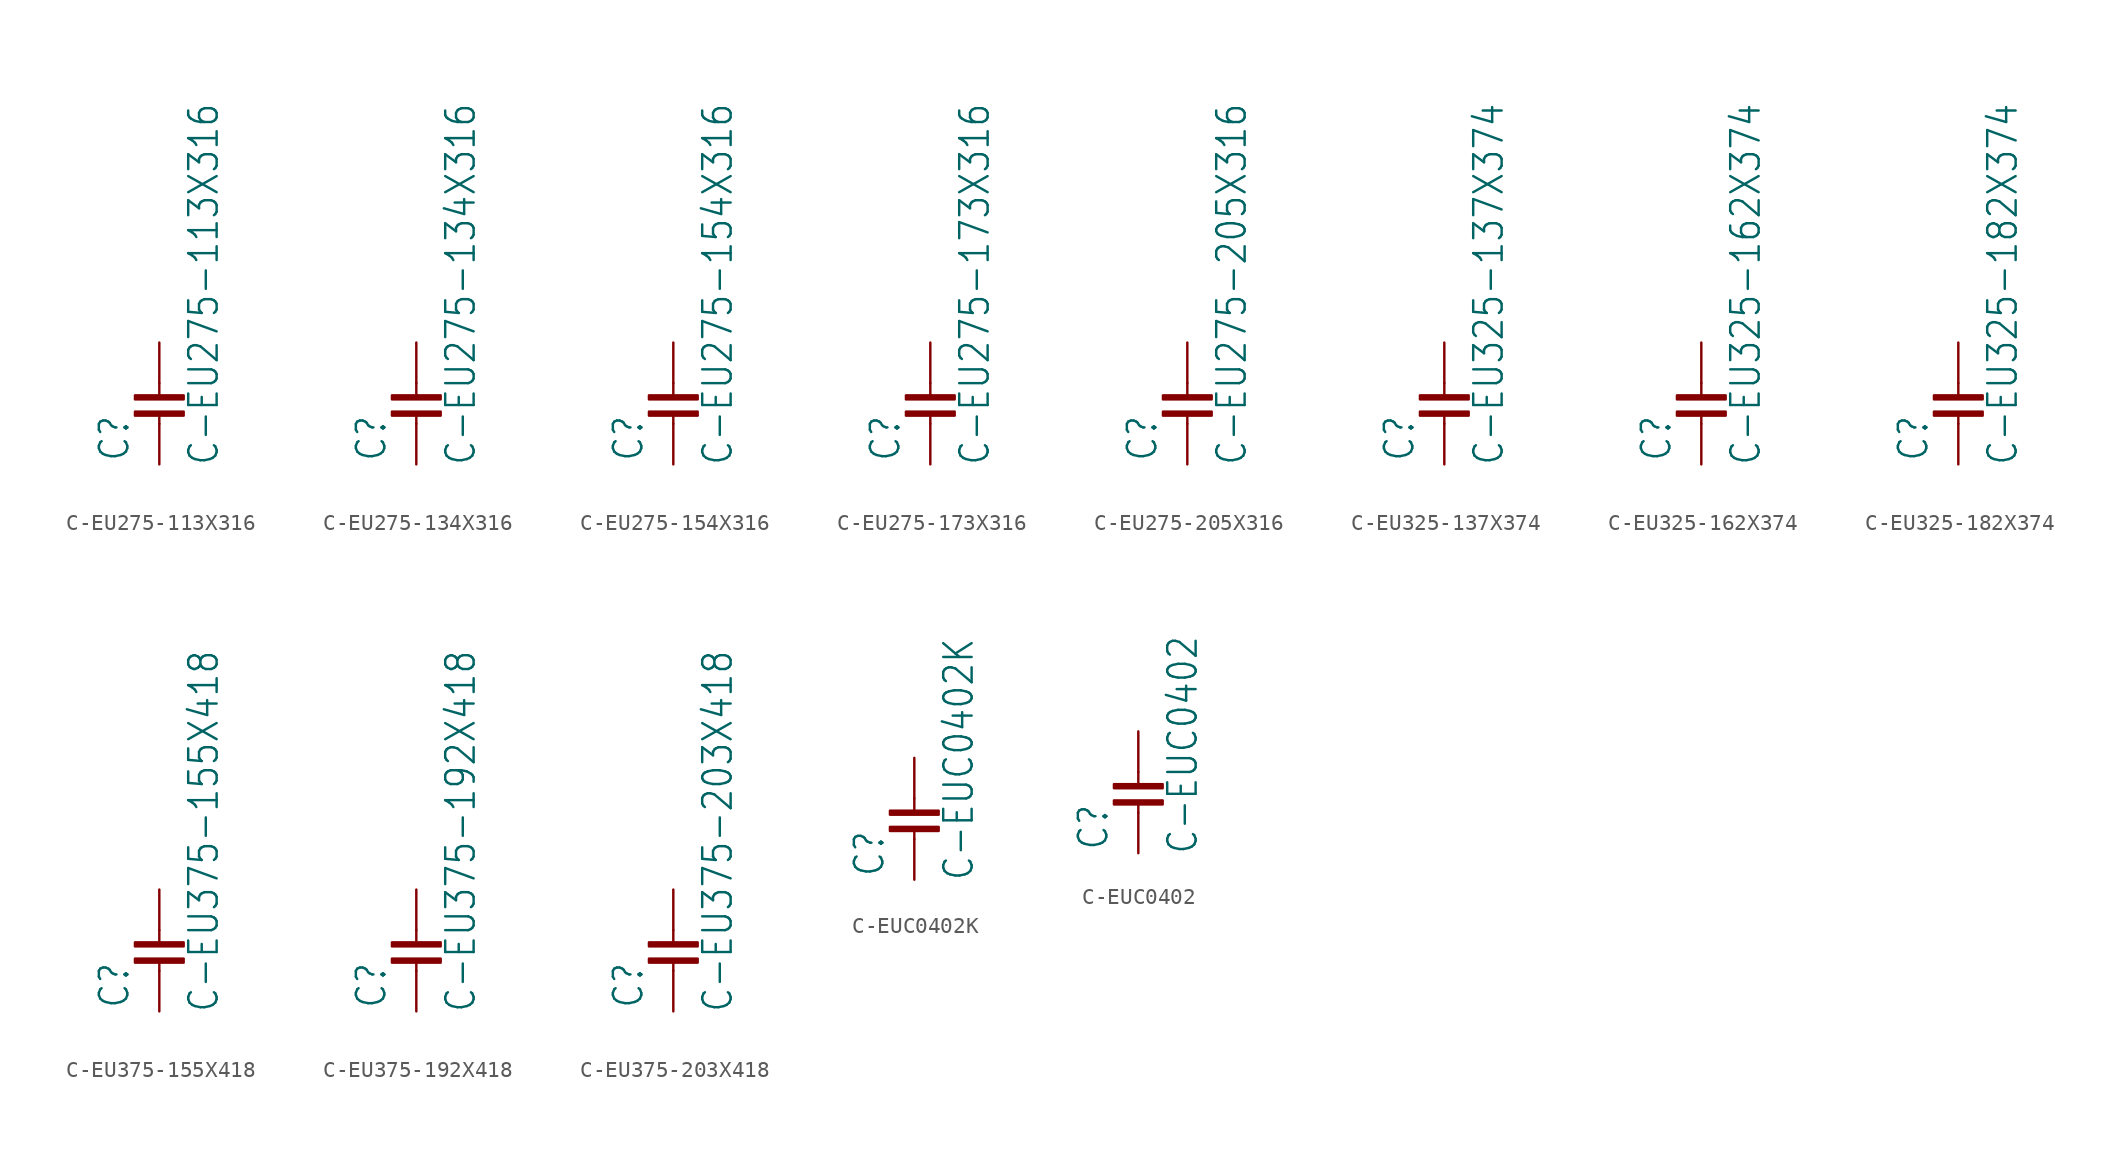
<source format=kicad_sym>
(kicad_symbol_lib
  (version 20211014)
  (generator kicad_symbol_editor)
  (symbol "C-EU275-113X316"
    (property "Reference" "C"
      (at -1.778 -4.953 90)
      (effects (font (size 1.778 1.511)) (justify left bottom)))
    (property "Value" "C-EU275-113X316"
      (at 3.81 -5.207 90)
      (effects (font (size 1.778 1.511)) (justify left bottom)))
    (property "ki_locked" ""
      (at 0 0 0)
      (effects (font (size 1.27 1.27))))
    (symbol "C-EU275-113X316_1_0"
      (rectangle (start -1.524 -2.032) (end 1.524 -1.778) (stroke (width 0) (type default) (color 0 0 0 0)) (fill (type outline)))
      (rectangle (start -1.524 -1.016) (end 1.524 -0.762) (stroke (width 0) (type default) (color 0 0 0 0)) (fill (type outline)))
      (polyline (pts (xy 0 -2.54) (xy 0 -2.032)) (stroke (width 0.152) (type default) (color 0 0 0 0)) (fill (type none)))
      (polyline (pts (xy 0 0) (xy 0 -0.762)) (stroke (width 0.152) (type default) (color 0 0 0 0)) (fill (type none)))
      (pin passive line (at 0 2.54 270) (length 2.54) (name "1" (effects (font (size 0 0)))) (number "1" (effects (font (size 0 0)))))
      (pin passive line (at 0 -5.08 90) (length 2.54) (name "2" (effects (font (size 0 0)))) (number "2" (effects (font (size 0 0)))))))
  (symbol "C-EU275-134X316"
    (property "Reference" "C"
      (at -1.778 -4.953 90)
      (effects (font (size 1.778 1.511)) (justify left bottom)))
    (property "Value" "C-EU275-134X316"
      (at 3.81 -5.207 90)
      (effects (font (size 1.778 1.511)) (justify left bottom)))
    (property "ki_locked" ""
      (at 0 0 0)
      (effects (font (size 1.27 1.27))))
    (symbol "C-EU275-134X316_1_0"
      (rectangle (start -1.524 -2.032) (end 1.524 -1.778) (stroke (width 0) (type default) (color 0 0 0 0)) (fill (type outline)))
      (rectangle (start -1.524 -1.016) (end 1.524 -0.762) (stroke (width 0) (type default) (color 0 0 0 0)) (fill (type outline)))
      (polyline (pts (xy 0 -2.54) (xy 0 -2.032)) (stroke (width 0.152) (type default) (color 0 0 0 0)) (fill (type none)))
      (polyline (pts (xy 0 0) (xy 0 -0.762)) (stroke (width 0.152) (type default) (color 0 0 0 0)) (fill (type none)))
      (pin passive line (at 0 2.54 270) (length 2.54) (name "1" (effects (font (size 0 0)))) (number "1" (effects (font (size 0 0)))))
      (pin passive line (at 0 -5.08 90) (length 2.54) (name "2" (effects (font (size 0 0)))) (number "2" (effects (font (size 0 0)))))))
  (symbol "C-EU275-154X316"
    (property "Reference" "C"
      (at -1.778 -4.953 90)
      (effects (font (size 1.778 1.511)) (justify left bottom)))
    (property "Value" "C-EU275-154X316"
      (at 3.81 -5.207 90)
      (effects (font (size 1.778 1.511)) (justify left bottom)))
    (property "ki_locked" ""
      (at 0 0 0)
      (effects (font (size 1.27 1.27))))
    (symbol "C-EU275-154X316_1_0"
      (rectangle (start -1.524 -2.032) (end 1.524 -1.778) (stroke (width 0) (type default) (color 0 0 0 0)) (fill (type outline)))
      (rectangle (start -1.524 -1.016) (end 1.524 -0.762) (stroke (width 0) (type default) (color 0 0 0 0)) (fill (type outline)))
      (polyline (pts (xy 0 -2.54) (xy 0 -2.032)) (stroke (width 0.152) (type default) (color 0 0 0 0)) (fill (type none)))
      (polyline (pts (xy 0 0) (xy 0 -0.762)) (stroke (width 0.152) (type default) (color 0 0 0 0)) (fill (type none)))
      (pin passive line (at 0 2.54 270) (length 2.54) (name "1" (effects (font (size 0 0)))) (number "1" (effects (font (size 0 0)))))
      (pin passive line (at 0 -5.08 90) (length 2.54) (name "2" (effects (font (size 0 0)))) (number "2" (effects (font (size 0 0)))))))
  (symbol "C-EU275-173X316"
    (property "Reference" "C"
      (at -1.778 -4.953 90)
      (effects (font (size 1.778 1.511)) (justify left bottom)))
    (property "Value" "C-EU275-173X316"
      (at 3.81 -5.207 90)
      (effects (font (size 1.778 1.511)) (justify left bottom)))
    (property "ki_locked" ""
      (at 0 0 0)
      (effects (font (size 1.27 1.27))))
    (symbol "C-EU275-173X316_1_0"
      (rectangle (start -1.524 -2.032) (end 1.524 -1.778) (stroke (width 0) (type default) (color 0 0 0 0)) (fill (type outline)))
      (rectangle (start -1.524 -1.016) (end 1.524 -0.762) (stroke (width 0) (type default) (color 0 0 0 0)) (fill (type outline)))
      (polyline (pts (xy 0 -2.54) (xy 0 -2.032)) (stroke (width 0.152) (type default) (color 0 0 0 0)) (fill (type none)))
      (polyline (pts (xy 0 0) (xy 0 -0.762)) (stroke (width 0.152) (type default) (color 0 0 0 0)) (fill (type none)))
      (pin passive line (at 0 2.54 270) (length 2.54) (name "1" (effects (font (size 0 0)))) (number "1" (effects (font (size 0 0)))))
      (pin passive line (at 0 -5.08 90) (length 2.54) (name "2" (effects (font (size 0 0)))) (number "2" (effects (font (size 0 0)))))))
  (symbol "C-EU275-205X316"
    (property "Reference" "C"
      (at -1.778 -4.953 90)
      (effects (font (size 1.778 1.511)) (justify left bottom)))
    (property "Value" "C-EU275-205X316"
      (at 3.81 -5.207 90)
      (effects (font (size 1.778 1.511)) (justify left bottom)))
    (property "ki_locked" ""
      (at 0 0 0)
      (effects (font (size 1.27 1.27))))
    (symbol "C-EU275-205X316_1_0"
      (rectangle (start -1.524 -2.032) (end 1.524 -1.778) (stroke (width 0) (type default) (color 0 0 0 0)) (fill (type outline)))
      (rectangle (start -1.524 -1.016) (end 1.524 -0.762) (stroke (width 0) (type default) (color 0 0 0 0)) (fill (type outline)))
      (polyline (pts (xy 0 -2.54) (xy 0 -2.032)) (stroke (width 0.152) (type default) (color 0 0 0 0)) (fill (type none)))
      (polyline (pts (xy 0 0) (xy 0 -0.762)) (stroke (width 0.152) (type default) (color 0 0 0 0)) (fill (type none)))
      (pin passive line (at 0 2.54 270) (length 2.54) (name "1" (effects (font (size 0 0)))) (number "1" (effects (font (size 0 0)))))
      (pin passive line (at 0 -5.08 90) (length 2.54) (name "2" (effects (font (size 0 0)))) (number "2" (effects (font (size 0 0)))))))
  (symbol "C-EU325-137X374"
    (property "Reference" "C"
      (at -1.778 -4.953 90)
      (effects (font (size 1.778 1.511)) (justify left bottom)))
    (property "Value" "C-EU325-137X374"
      (at 3.81 -5.207 90)
      (effects (font (size 1.778 1.511)) (justify left bottom)))
    (property "ki_locked" ""
      (at 0 0 0)
      (effects (font (size 1.27 1.27))))
    (symbol "C-EU325-137X374_1_0"
      (rectangle (start -1.524 -2.032) (end 1.524 -1.778) (stroke (width 0) (type default) (color 0 0 0 0)) (fill (type outline)))
      (rectangle (start -1.524 -1.016) (end 1.524 -0.762) (stroke (width 0) (type default) (color 0 0 0 0)) (fill (type outline)))
      (polyline (pts (xy 0 -2.54) (xy 0 -2.032)) (stroke (width 0.152) (type default) (color 0 0 0 0)) (fill (type none)))
      (polyline (pts (xy 0 0) (xy 0 -0.762)) (stroke (width 0.152) (type default) (color 0 0 0 0)) (fill (type none)))
      (pin passive line (at 0 2.54 270) (length 2.54) (name "1" (effects (font (size 0 0)))) (number "1" (effects (font (size 0 0)))))
      (pin passive line (at 0 -5.08 90) (length 2.54) (name "2" (effects (font (size 0 0)))) (number "2" (effects (font (size 0 0)))))))
  (symbol "C-EU325-162X374"
    (property "Reference" "C"
      (at -1.778 -4.953 90)
      (effects (font (size 1.778 1.511)) (justify left bottom)))
    (property "Value" "C-EU325-162X374"
      (at 3.81 -5.207 90)
      (effects (font (size 1.778 1.511)) (justify left bottom)))
    (property "ki_locked" ""
      (at 0 0 0)
      (effects (font (size 1.27 1.27))))
    (symbol "C-EU325-162X374_1_0"
      (rectangle (start -1.524 -2.032) (end 1.524 -1.778) (stroke (width 0) (type default) (color 0 0 0 0)) (fill (type outline)))
      (rectangle (start -1.524 -1.016) (end 1.524 -0.762) (stroke (width 0) (type default) (color 0 0 0 0)) (fill (type outline)))
      (polyline (pts (xy 0 -2.54) (xy 0 -2.032)) (stroke (width 0.152) (type default) (color 0 0 0 0)) (fill (type none)))
      (polyline (pts (xy 0 0) (xy 0 -0.762)) (stroke (width 0.152) (type default) (color 0 0 0 0)) (fill (type none)))
      (pin passive line (at 0 2.54 270) (length 2.54) (name "1" (effects (font (size 0 0)))) (number "1" (effects (font (size 0 0)))))
      (pin passive line (at 0 -5.08 90) (length 2.54) (name "2" (effects (font (size 0 0)))) (number "2" (effects (font (size 0 0)))))))
  (symbol "C-EU325-182X374"
    (property "Reference" "C"
      (at -1.778 -4.953 90)
      (effects (font (size 1.778 1.511)) (justify left bottom)))
    (property "Value" "C-EU325-182X374"
      (at 3.81 -5.207 90)
      (effects (font (size 1.778 1.511)) (justify left bottom)))
    (property "ki_locked" ""
      (at 0 0 0)
      (effects (font (size 1.27 1.27))))
    (symbol "C-EU325-182X374_1_0"
      (rectangle (start -1.524 -2.032) (end 1.524 -1.778) (stroke (width 0) (type default) (color 0 0 0 0)) (fill (type outline)))
      (rectangle (start -1.524 -1.016) (end 1.524 -0.762) (stroke (width 0) (type default) (color 0 0 0 0)) (fill (type outline)))
      (polyline (pts (xy 0 -2.54) (xy 0 -2.032)) (stroke (width 0.152) (type default) (color 0 0 0 0)) (fill (type none)))
      (polyline (pts (xy 0 0) (xy 0 -0.762)) (stroke (width 0.152) (type default) (color 0 0 0 0)) (fill (type none)))
      (pin passive line (at 0 2.54 270) (length 2.54) (name "1" (effects (font (size 0 0)))) (number "1" (effects (font (size 0 0)))))
      (pin passive line (at 0 -5.08 90) (length 2.54) (name "2" (effects (font (size 0 0)))) (number "2" (effects (font (size 0 0)))))))
  (symbol "C-EU375-155X418"
    (property "Reference" "C"
      (at -1.778 -4.953 90)
      (effects (font (size 1.778 1.511)) (justify left bottom)))
    (property "Value" "C-EU375-155X418"
      (at 3.81 -5.207 90)
      (effects (font (size 1.778 1.511)) (justify left bottom)))
    (property "ki_locked" ""
      (at 0 0 0)
      (effects (font (size 1.27 1.27))))
    (symbol "C-EU375-155X418_1_0"
      (rectangle (start -1.524 -2.032) (end 1.524 -1.778) (stroke (width 0) (type default) (color 0 0 0 0)) (fill (type outline)))
      (rectangle (start -1.524 -1.016) (end 1.524 -0.762) (stroke (width 0) (type default) (color 0 0 0 0)) (fill (type outline)))
      (polyline (pts (xy 0 -2.54) (xy 0 -2.032)) (stroke (width 0.152) (type default) (color 0 0 0 0)) (fill (type none)))
      (polyline (pts (xy 0 0) (xy 0 -0.762)) (stroke (width 0.152) (type default) (color 0 0 0 0)) (fill (type none)))
      (pin passive line (at 0 2.54 270) (length 2.54) (name "1" (effects (font (size 0 0)))) (number "1" (effects (font (size 0 0)))))
      (pin passive line (at 0 -5.08 90) (length 2.54) (name "2" (effects (font (size 0 0)))) (number "2" (effects (font (size 0 0)))))))
  (symbol "C-EU375-192X418"
    (property "Reference" "C"
      (at -1.778 -4.953 90)
      (effects (font (size 1.778 1.511)) (justify left bottom)))
    (property "Value" "C-EU375-192X418"
      (at 3.81 -5.207 90)
      (effects (font (size 1.778 1.511)) (justify left bottom)))
    (property "ki_locked" ""
      (at 0 0 0)
      (effects (font (size 1.27 1.27))))
    (symbol "C-EU375-192X418_1_0"
      (rectangle (start -1.524 -2.032) (end 1.524 -1.778) (stroke (width 0) (type default) (color 0 0 0 0)) (fill (type outline)))
      (rectangle (start -1.524 -1.016) (end 1.524 -0.762) (stroke (width 0) (type default) (color 0 0 0 0)) (fill (type outline)))
      (polyline (pts (xy 0 -2.54) (xy 0 -2.032)) (stroke (width 0.152) (type default) (color 0 0 0 0)) (fill (type none)))
      (polyline (pts (xy 0 0) (xy 0 -0.762)) (stroke (width 0.152) (type default) (color 0 0 0 0)) (fill (type none)))
      (pin passive line (at 0 2.54 270) (length 2.54) (name "1" (effects (font (size 0 0)))) (number "1" (effects (font (size 0 0)))))
      (pin passive line (at 0 -5.08 90) (length 2.54) (name "2" (effects (font (size 0 0)))) (number "2" (effects (font (size 0 0)))))))
  (symbol "C-EU375-203X418"
    (property "Reference" "C"
      (at -1.778 -4.953 90)
      (effects (font (size 1.778 1.511)) (justify left bottom)))
    (property "Value" "C-EU375-203X418"
      (at 3.81 -5.207 90)
      (effects (font (size 1.778 1.511)) (justify left bottom)))
    (property "ki_locked" ""
      (at 0 0 0)
      (effects (font (size 1.27 1.27))))
    (symbol "C-EU375-203X418_1_0"
      (rectangle (start -1.524 -2.032) (end 1.524 -1.778) (stroke (width 0) (type default) (color 0 0 0 0)) (fill (type outline)))
      (rectangle (start -1.524 -1.016) (end 1.524 -0.762) (stroke (width 0) (type default) (color 0 0 0 0)) (fill (type outline)))
      (polyline (pts (xy 0 -2.54) (xy 0 -2.032)) (stroke (width 0.152) (type default) (color 0 0 0 0)) (fill (type none)))
      (polyline (pts (xy 0 0) (xy 0 -0.762)) (stroke (width 0.152) (type default) (color 0 0 0 0)) (fill (type none)))
      (pin passive line (at 0 2.54 270) (length 2.54) (name "1" (effects (font (size 0 0)))) (number "1" (effects (font (size 0 0)))))
      (pin passive line (at 0 -5.08 90) (length 2.54) (name "2" (effects (font (size 0 0)))) (number "2" (effects (font (size 0 0)))))))
  (symbol "C-EUC0402K"
    (property "Reference" "C"
      (at -1.778 -4.953 90)
      (effects (font (size 1.778 1.511)) (justify left bottom)))
    (property "Value" "C-EUC0402K"
      (at 3.81 -5.207 90)
      (effects (font (size 1.778 1.511)) (justify left bottom)))
    (property "ki_locked" ""
      (at 0 0 0)
      (effects (font (size 1.27 1.27))))
    (symbol "C-EUC0402K_1_0"
      (rectangle (start -1.524 -2.032) (end 1.524 -1.778) (stroke (width 0) (type default) (color 0 0 0 0)) (fill (type outline)))
      (rectangle (start -1.524 -1.016) (end 1.524 -0.762) (stroke (width 0) (type default) (color 0 0 0 0)) (fill (type outline)))
      (polyline (pts (xy 0 -2.54) (xy 0 -2.032)) (stroke (width 0.152) (type default) (color 0 0 0 0)) (fill (type none)))
      (polyline (pts (xy 0 0) (xy 0 -0.762)) (stroke (width 0.152) (type default) (color 0 0 0 0)) (fill (type none)))
      (pin passive line (at 0 2.54 270) (length 2.54) (name "1" (effects (font (size 0 0)))) (number "1" (effects (font (size 0 0)))))
      (pin passive line (at 0 -5.08 90) (length 2.54) (name "2" (effects (font (size 0 0)))) (number "2" (effects (font (size 0 0)))))))
  (symbol "C-EUC0402"
    (property "Reference" "C"
      (at -1.778 -4.953 90)
      (effects (font (size 1.778 1.511)) (justify left bottom)))
    (property "Value" "C-EUC0402"
      (at 3.81 -5.207 90)
      (effects (font (size 1.778 1.511)) (justify left bottom)))
    (property "ki_locked" ""
      (at 0 0 0)
      (effects (font (size 1.27 1.27))))
    (symbol "C-EUC0402_1_0"
      (rectangle (start -1.524 -2.032) (end 1.524 -1.778) (stroke (width 0) (type default) (color 0 0 0 0)) (fill (type outline)))
      (rectangle (start -1.524 -1.016) (end 1.524 -0.762) (stroke (width 0) (type default) (color 0 0 0 0)) (fill (type outline)))
      (polyline (pts (xy 0 -2.54) (xy 0 -2.032)) (stroke (width 0.152) (type default) (color 0 0 0 0)) (fill (type none)))
      (polyline (pts (xy 0 0) (xy 0 -0.762)) (stroke (width 0.152) (type default) (color 0 0 0 0)) (fill (type none)))
      (pin passive line (at 0 2.54 270) (length 2.54) (name "1" (effects (font (size 0 0)))) (number "1" (effects (font (size 0 0)))))
      (pin passive line (at 0 -5.08 90) (length 2.54) (name "2" (effects (font (size 0 0)))) (number "2" (effects (font (size 0 0))))))))
</source>
